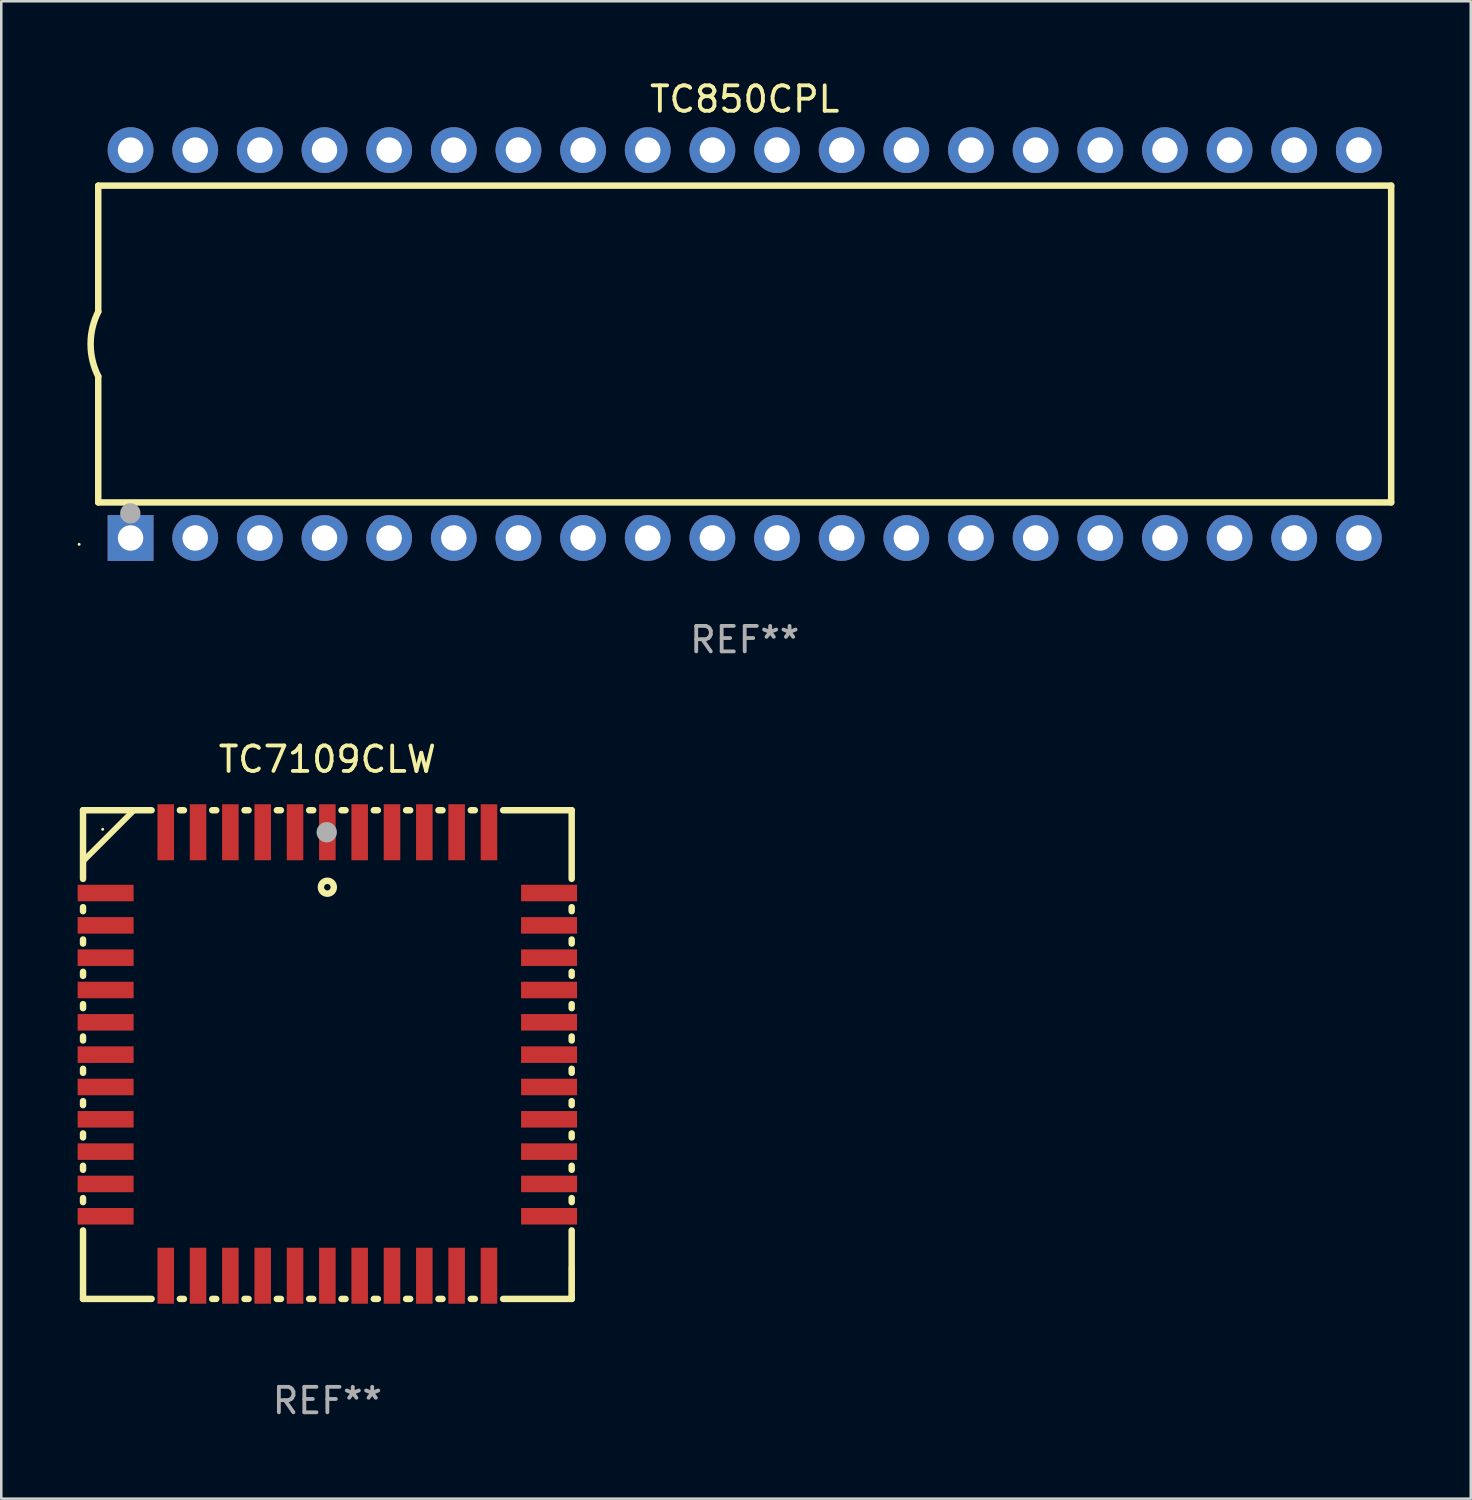
<source format=kicad_pcb>
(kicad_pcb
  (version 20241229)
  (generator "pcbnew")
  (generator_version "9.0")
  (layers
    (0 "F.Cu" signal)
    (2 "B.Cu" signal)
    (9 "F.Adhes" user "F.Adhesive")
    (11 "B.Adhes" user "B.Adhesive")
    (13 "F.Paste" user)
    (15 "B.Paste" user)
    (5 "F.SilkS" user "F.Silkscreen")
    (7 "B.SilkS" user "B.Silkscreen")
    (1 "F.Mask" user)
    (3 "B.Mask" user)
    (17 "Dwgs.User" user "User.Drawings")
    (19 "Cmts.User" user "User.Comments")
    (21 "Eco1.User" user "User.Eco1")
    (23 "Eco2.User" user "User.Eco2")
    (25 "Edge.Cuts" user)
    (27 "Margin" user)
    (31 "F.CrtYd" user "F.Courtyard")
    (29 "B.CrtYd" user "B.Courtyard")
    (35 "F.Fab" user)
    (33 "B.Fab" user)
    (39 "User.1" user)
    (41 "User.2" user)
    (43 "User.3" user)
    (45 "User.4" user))
  (footprint "TC850CPL"
    (layer "F.Cu")
    (at 26.21 10.468)
    (property "Reference" "TC850CPL" (at 0 -9.62 0) (layer "F.SilkS") (effects (font (size 1 1) (thickness 0.15))))
    (attr through_hole)
    (fp_line (start -25.4 -6.224) (end -25.4 -1.271) (stroke (width 0.254) (type solid)) (layer "F.SilkS"))
    (fp_line (start -25.4 -6.224) (end 25.4 -6.224) (stroke (width 0.254) (type solid)) (layer "F.SilkS"))
    (fp_line (start -25.4 1.269) (end -25.4 6.222) (stroke (width 0.254) (type solid)) (layer "F.SilkS"))
    (fp_line (start -25.4 6.222) (end 25.4 6.222) (stroke (width 0.254) (type solid)) (layer "F.SilkS"))
    (fp_line (start 25.4 6.222) (end 25.4 -6.224) (stroke (width 0.254) (type solid)) (layer "F.SilkS"))
    (fp_arc (start -25.4 1.269241) (mid -25.699807 -0.000762) (end -25.4 -1.270765) (stroke (width 0.254001) (type solid)) (layer "F.SilkS"))
    (fp_circle (center -26.15 7.87) (end -26.12 7.87) (stroke (width 0.06) (type solid)) (fill no) (layer "F.SilkS"))
    (fp_circle (center -24.14 6.65) (end -23.94 6.65) (stroke (width 0.4) (type solid)) (fill no) (layer "F.Fab"))
    (fp_text user "REF**" (at 0 11.62 0) (layer "F.Fab") (effects (font (size 1 1) (thickness 0.15))))
    (pad "1" thru_hole rect (at -24.13 7.62 90) (size 1.8 1.8) (drill 1) (layers "*.Cu" "*.Mask"))
    (pad "2" thru_hole circle (at -21.59 7.62) (size 1.8 1.8) (drill 1) (layers "*.Cu" "*.Mask"))
    (pad "3" thru_hole circle (at -19.05 7.62) (size 1.8 1.8) (drill 1) (layers "*.Cu" "*.Mask"))
    (pad "4" thru_hole circle (at -16.51 7.62) (size 1.8 1.8) (drill 1) (layers "*.Cu" "*.Mask"))
    (pad "5" thru_hole circle (at -13.97 7.62) (size 1.8 1.8) (drill 1) (layers "*.Cu" "*.Mask"))
    (pad "6" thru_hole circle (at -11.43 7.62) (size 1.8 1.8) (drill 1) (layers "*.Cu" "*.Mask"))
    (pad "7" thru_hole circle (at -8.89 7.62) (size 1.8 1.8) (drill 1) (layers "*.Cu" "*.Mask"))
    (pad "8" thru_hole circle (at -6.35 7.62) (size 1.8 1.8) (drill 1) (layers "*.Cu" "*.Mask"))
    (pad "9" thru_hole circle (at -3.81 7.62) (size 1.8 1.8) (drill 1) (layers "*.Cu" "*.Mask"))
    (pad "10" thru_hole circle (at -1.27 7.62) (size 1.8 1.8) (drill 1) (layers "*.Cu" "*.Mask"))
    (pad "11" thru_hole circle (at 1.27 7.62) (size 1.8 1.8) (drill 1) (layers "*.Cu" "*.Mask"))
    (pad "12" thru_hole circle (at 3.81 7.62) (size 1.8 1.8) (drill 1) (layers "*.Cu" "*.Mask"))
    (pad "13" thru_hole circle (at 6.35 7.62) (size 1.8 1.8) (drill 1) (layers "*.Cu" "*.Mask"))
    (pad "14" thru_hole circle (at 8.89 7.62) (size 1.8 1.8) (drill 1) (layers "*.Cu" "*.Mask"))
    (pad "15" thru_hole circle (at 11.43 7.62) (size 1.8 1.8) (drill 1) (layers "*.Cu" "*.Mask"))
    (pad "16" thru_hole circle (at 13.97 7.62) (size 1.8 1.8) (drill 1) (layers "*.Cu" "*.Mask"))
    (pad "17" thru_hole circle (at 16.51 7.62) (size 1.8 1.8) (drill 1) (layers "*.Cu" "*.Mask"))
    (pad "18" thru_hole circle (at 19.05 7.62) (size 1.8 1.8) (drill 1) (layers "*.Cu" "*.Mask"))
    (pad "19" thru_hole circle (at 21.59 7.62) (size 1.8 1.8) (drill 1) (layers "*.Cu" "*.Mask"))
    (pad "20" thru_hole circle (at 24.13 7.62) (size 1.8 1.8) (drill 1) (layers "*.Cu" "*.Mask"))
    (pad "21" thru_hole circle (at 24.13 -7.62) (size 1.8 1.8) (drill 1) (layers "*.Cu" "*.Mask"))
    (pad "22" thru_hole circle (at 21.59 -7.62) (size 1.8 1.8) (drill 1) (layers "*.Cu" "*.Mask"))
    (pad "23" thru_hole circle (at 19.05 -7.62) (size 1.8 1.8) (drill 1) (layers "*.Cu" "*.Mask"))
    (pad "24" thru_hole circle (at 16.51 -7.62) (size 1.8 1.8) (drill 1) (layers "*.Cu" "*.Mask"))
    (pad "25" thru_hole circle (at 13.97 -7.62) (size 1.8 1.8) (drill 1) (layers "*.Cu" "*.Mask"))
    (pad "26" thru_hole circle (at 11.43 -7.62) (size 1.8 1.8) (drill 1) (layers "*.Cu" "*.Mask"))
    (pad "27" thru_hole circle (at 8.89 -7.62) (size 1.8 1.8) (drill 1) (layers "*.Cu" "*.Mask"))
    (pad "28" thru_hole circle (at 6.35 -7.62) (size 1.8 1.8) (drill 1) (layers "*.Cu" "*.Mask"))
    (pad "29" thru_hole circle (at 3.81 -7.62) (size 1.8 1.8) (drill 1) (layers "*.Cu" "*.Mask"))
    (pad "30" thru_hole circle (at 1.27 -7.62) (size 1.8 1.8) (drill 1) (layers "*.Cu" "*.Mask"))
    (pad "31" thru_hole circle (at -1.27 -7.62) (size 1.8 1.8) (drill 1) (layers "*.Cu" "*.Mask"))
    (pad "32" thru_hole circle (at -3.81 -7.62) (size 1.8 1.8) (drill 1) (layers "*.Cu" "*.Mask"))
    (pad "33" thru_hole circle (at -6.35 -7.62) (size 1.8 1.8) (drill 1) (layers "*.Cu" "*.Mask"))
    (pad "34" thru_hole circle (at -8.89 -7.62) (size 1.8 1.8) (drill 1) (layers "*.Cu" "*.Mask"))
    (pad "35" thru_hole circle (at -11.43 -7.62) (size 1.8 1.8) (drill 1) (layers "*.Cu" "*.Mask"))
    (pad "36" thru_hole circle (at -13.97 -7.62) (size 1.8 1.8) (drill 1) (layers "*.Cu" "*.Mask"))
    (pad "37" thru_hole circle (at -16.51 -7.62) (size 1.8 1.8) (drill 1) (layers "*.Cu" "*.Mask"))
    (pad "38" thru_hole circle (at -19.05 -7.62) (size 1.8 1.8) (drill 1) (layers "*.Cu" "*.Mask"))
    (pad "39" thru_hole circle (at -21.59 -7.62) (size 1.8 1.8) (drill 1) (layers "*.Cu" "*.Mask"))
    (pad "40" thru_hole circle (at -24.13 -7.62) (size 1.8 1.8) (drill 1) (layers "*.Cu" "*.Mask")))
  (footprint "TC7109CLW"
    (layer "F.Cu")
    (at 9.812 38.385)
    (property "Reference" "TC7109CLW" (at 0 -11.6 0) (layer "F.SilkS") (effects (font (size 1 1) (thickness 0.15))))
    (attr through_hole)
    (fp_line (start -9.6 -9.6) (end -6.906 -9.6) (stroke (width 0.254) (type solid)) (layer "F.SilkS"))
    (fp_line (start -9.6 -6.904) (end -9.6 -9.6) (stroke (width 0.254) (type solid)) (layer "F.SilkS"))
    (fp_line (start -9.6 -5.634) (end -9.6 -5.791) (stroke (width 0.254) (type solid)) (layer "F.SilkS"))
    (fp_line (start -9.6 -4.364) (end -9.6 -4.521) (stroke (width 0.254) (type solid)) (layer "F.SilkS"))
    (fp_line (start -9.6 -3.094) (end -9.6 -3.251) (stroke (width 0.254) (type solid)) (layer "F.SilkS"))
    (fp_line (start -9.6 -1.824) (end -9.6 -1.981) (stroke (width 0.254) (type solid)) (layer "F.SilkS"))
    (fp_line (start -9.6 -0.554) (end -9.6 -0.711) (stroke (width 0.254) (type solid)) (layer "F.SilkS"))
    (fp_line (start -9.6 0.716) (end -9.6 0.559) (stroke (width 0.254) (type solid)) (layer "F.SilkS"))
    (fp_line (start -9.6 1.986) (end -9.6 1.829) (stroke (width 0.254) (type solid)) (layer "F.SilkS"))
    (fp_line (start -9.6 3.256) (end -9.6 3.099) (stroke (width 0.254) (type solid)) (layer "F.SilkS"))
    (fp_line (start -9.6 4.526) (end -9.6 4.369) (stroke (width 0.254) (type solid)) (layer "F.SilkS"))
    (fp_line (start -9.6 5.796) (end -9.6 5.639) (stroke (width 0.254) (type solid)) (layer "F.SilkS"))
    (fp_line (start -9.6 9.6) (end -9.6 6.909) (stroke (width 0.254) (type solid)) (layer "F.SilkS"))
    (fp_line (start -7.6 -9.6) (end -9.6 -7.6) (stroke (width 0.229) (type solid)) (layer "F.SilkS"))
    (fp_line (start -6.906 9.6) (end -9.6 9.6) (stroke (width 0.254) (type solid)) (layer "F.SilkS"))
    (fp_line (start -5.794 -9.6) (end -5.636 -9.6) (stroke (width 0.254) (type solid)) (layer "F.SilkS"))
    (fp_line (start -5.636 9.6) (end -5.794 9.6) (stroke (width 0.254) (type solid)) (layer "F.SilkS"))
    (fp_line (start -4.524 -9.6) (end -4.366 -9.6) (stroke (width 0.254) (type solid)) (layer "F.SilkS"))
    (fp_line (start -4.366 9.6) (end -4.524 9.6) (stroke (width 0.254) (type solid)) (layer "F.SilkS"))
    (fp_line (start -3.254 -9.6) (end -3.096 -9.6) (stroke (width 0.254) (type solid)) (layer "F.SilkS"))
    (fp_line (start -3.096 9.6) (end -3.254 9.6) (stroke (width 0.254) (type solid)) (layer "F.SilkS"))
    (fp_line (start -1.984 -9.6) (end -1.826 -9.6) (stroke (width 0.254) (type solid)) (layer "F.SilkS"))
    (fp_line (start -1.826 9.6) (end -1.984 9.6) (stroke (width 0.254) (type solid)) (layer "F.SilkS"))
    (fp_line (start -0.714 -9.6) (end -0.556 -9.6) (stroke (width 0.254) (type solid)) (layer "F.SilkS"))
    (fp_line (start -0.556 9.6) (end -0.714 9.6) (stroke (width 0.254) (type solid)) (layer "F.SilkS"))
    (fp_line (start 0.556 -9.6) (end 0.714 -9.6) (stroke (width 0.254) (type solid)) (layer "F.SilkS"))
    (fp_line (start 0.714 9.6) (end 0.556 9.6) (stroke (width 0.254) (type solid)) (layer "F.SilkS"))
    (fp_line (start 1.826 -9.6) (end 1.984 -9.6) (stroke (width 0.254) (type solid)) (layer "F.SilkS"))
    (fp_line (start 1.984 9.6) (end 1.826 9.6) (stroke (width 0.254) (type solid)) (layer "F.SilkS"))
    (fp_line (start 3.096 -9.6) (end 3.254 -9.6) (stroke (width 0.254) (type solid)) (layer "F.SilkS"))
    (fp_line (start 3.254 9.6) (end 3.096 9.6) (stroke (width 0.254) (type solid)) (layer "F.SilkS"))
    (fp_line (start 4.366 -9.6) (end 4.524 -9.6) (stroke (width 0.254) (type solid)) (layer "F.SilkS"))
    (fp_line (start 4.524 9.6) (end 4.366 9.6) (stroke (width 0.254) (type solid)) (layer "F.SilkS"))
    (fp_line (start 5.636 -9.6) (end 5.794 -9.6) (stroke (width 0.254) (type solid)) (layer "F.SilkS"))
    (fp_line (start 5.794 9.6) (end 5.636 9.6) (stroke (width 0.254) (type solid)) (layer "F.SilkS"))
    (fp_line (start 6.906 -9.6) (end 9.6 -9.6) (stroke (width 0.254) (type solid)) (layer "F.SilkS"))
    (fp_line (start 9.6 -6.904) (end 9.6 -9.6) (stroke (width 0.254) (type solid)) (layer "F.SilkS"))
    (fp_line (start 9.6 -5.634) (end 9.6 -5.791) (stroke (width 0.254) (type solid)) (layer "F.SilkS"))
    (fp_line (start 9.6 -4.364) (end 9.6 -4.521) (stroke (width 0.254) (type solid)) (layer "F.SilkS"))
    (fp_line (start 9.6 -3.094) (end 9.6 -3.251) (stroke (width 0.254) (type solid)) (layer "F.SilkS"))
    (fp_line (start 9.6 -1.824) (end 9.6 -1.981) (stroke (width 0.254) (type solid)) (layer "F.SilkS"))
    (fp_line (start 9.6 -0.554) (end 9.6 -0.711) (stroke (width 0.254) (type solid)) (layer "F.SilkS"))
    (fp_line (start 9.6 0.716) (end 9.6 0.559) (stroke (width 0.254) (type solid)) (layer "F.SilkS"))
    (fp_line (start 9.6 1.986) (end 9.6 1.829) (stroke (width 0.254) (type solid)) (layer "F.SilkS"))
    (fp_line (start 9.6 3.256) (end 9.6 3.099) (stroke (width 0.254) (type solid)) (layer "F.SilkS"))
    (fp_line (start 9.6 4.526) (end 9.6 4.369) (stroke (width 0.254) (type solid)) (layer "F.SilkS"))
    (fp_line (start 9.6 5.796) (end 9.6 5.639) (stroke (width 0.254) (type solid)) (layer "F.SilkS"))
    (fp_line (start 9.6 9.6) (end 6.906 9.6) (stroke (width 0.254) (type solid)) (layer "F.SilkS"))
    (fp_line (start 9.6 9.6) (end 9.6 6.909) (stroke (width 0.254) (type solid)) (layer "F.SilkS"))
    (fp_line (start 9.6 9.6) (end 9.6 8.352) (stroke (width 0.229) (type solid)) (layer "F.SilkS"))
    (fp_circle (center -8.828 -8.851) (end -8.798 -8.851) (stroke (width 0.06) (type solid)) (fill no) (layer "F.SilkS"))
    (fp_circle (center 0 -6.576) (end 0.254 -6.576) (stroke (width 0.254) (type solid)) (fill no) (layer "F.SilkS"))
    (fp_circle (center -0.025 -8.735) (end 0.175 -8.735) (stroke (width 0.4) (type solid)) (fill no) (layer "F.Fab"))
    (fp_text user "REF**" (at 0 13.6 0) (layer "F.Fab") (effects (font (size 1 1) (thickness 0.15))))
    (pad "1" smd rect (at 0 -8.735 180) (size 0.65 2.2) (layers "F.Cu" "F.Mask" "F.Paste"))
    (pad "2" smd rect (at -1.27 -8.735 180) (size 0.65 2.2) (layers "F.Cu" "F.Mask" "F.Paste"))
    (pad "3" smd rect (at -2.54 -8.735 180) (size 0.65 2.2) (layers "F.Cu" "F.Mask" "F.Paste"))
    (pad "4" smd rect (at -3.81 -8.735 180) (size 0.65 2.2) (layers "F.Cu" "F.Mask" "F.Paste"))
    (pad "5" smd rect (at -5.08 -8.735 180) (size 0.65 2.2) (layers "F.Cu" "F.Mask" "F.Paste"))
    (pad "6" smd rect (at -6.35 -8.735 180) (size 0.65 2.2) (layers "F.Cu" "F.Mask" "F.Paste"))
    (pad "7" smd rect (at -8.712 -6.347 180) (size 2.2 0.65) (layers "F.Cu" "F.Mask" "F.Paste"))
    (pad "8" smd rect (at -8.712 -5.077 180) (size 2.2 0.65) (layers "F.Cu" "F.Mask" "F.Paste"))
    (pad "9" smd rect (at -8.712 -3.807 180) (size 2.2 0.65) (layers "F.Cu" "F.Mask" "F.Paste"))
    (pad "10" smd rect (at -8.712 -2.537 180) (size 2.2 0.65) (layers "F.Cu" "F.Mask" "F.Paste"))
    (pad "11" smd rect (at -8.712 -1.267 180) (size 2.2 0.65) (layers "F.Cu" "F.Mask" "F.Paste"))
    (pad "12" smd rect (at -8.712 0.003 180) (size 2.2 0.65) (layers "F.Cu" "F.Mask" "F.Paste"))
    (pad "13" smd rect (at -8.712 1.273 180) (size 2.2 0.65) (layers "F.Cu" "F.Mask" "F.Paste"))
    (pad "14" smd rect (at -8.712 2.543 180) (size 2.2 0.65) (layers "F.Cu" "F.Mask" "F.Paste"))
    (pad "15" smd rect (at -8.712 3.813 180) (size 2.2 0.65) (layers "F.Cu" "F.Mask" "F.Paste"))
    (pad "16" smd rect (at -8.712 5.083 180) (size 2.2 0.65) (layers "F.Cu" "F.Mask" "F.Paste"))
    (pad "17" smd rect (at -8.712 6.353 180) (size 2.2 0.65) (layers "F.Cu" "F.Mask" "F.Paste"))
    (pad "18" smd rect (at -6.35 8.689 180) (size 0.65 2.2) (layers "F.Cu" "F.Mask" "F.Paste"))
    (pad "19" smd rect (at -5.08 8.689 180) (size 0.65 2.2) (layers "F.Cu" "F.Mask" "F.Paste"))
    (pad "20" smd rect (at -3.81 8.689 180) (size 0.65 2.2) (layers "F.Cu" "F.Mask" "F.Paste"))
    (pad "21" smd rect (at -2.54 8.689 180) (size 0.65 2.2) (layers "F.Cu" "F.Mask" "F.Paste"))
    (pad "22" smd rect (at -1.27 8.689 180) (size 0.65 2.2) (layers "F.Cu" "F.Mask" "F.Paste"))
    (pad "23" smd rect (at 0 8.689 180) (size 0.65 2.2) (layers "F.Cu" "F.Mask" "F.Paste"))
    (pad "24" smd rect (at 1.27 8.689 180) (size 0.65 2.2) (layers "F.Cu" "F.Mask" "F.Paste"))
    (pad "25" smd rect (at 2.54 8.689 180) (size 0.65 2.2) (layers "F.Cu" "F.Mask" "F.Paste"))
    (pad "26" smd rect (at 3.81 8.689 180) (size 0.65 2.2) (layers "F.Cu" "F.Mask" "F.Paste"))
    (pad "27" smd rect (at 5.08 8.689 180) (size 0.65 2.2) (layers "F.Cu" "F.Mask" "F.Paste"))
    (pad "28" smd rect (at 6.35 8.689 180) (size 0.65 2.2) (layers "F.Cu" "F.Mask" "F.Paste"))
    (pad "29" smd rect (at 8.712 6.353 180) (size 2.2 0.65) (layers "F.Cu" "F.Mask" "F.Paste"))
    (pad "30" smd rect (at 8.712 5.083 180) (size 2.2 0.65) (layers "F.Cu" "F.Mask" "F.Paste"))
    (pad "31" smd rect (at 8.712 3.813 180) (size 2.2 0.65) (layers "F.Cu" "F.Mask" "F.Paste"))
    (pad "32" smd rect (at 8.712 2.543 180) (size 2.2 0.65) (layers "F.Cu" "F.Mask" "F.Paste"))
    (pad "33" smd rect (at 8.712 1.273 180) (size 2.2 0.65) (layers "F.Cu" "F.Mask" "F.Paste"))
    (pad "34" smd rect (at 8.712 0.003 180) (size 2.2 0.65) (layers "F.Cu" "F.Mask" "F.Paste"))
    (pad "35" smd rect (at 8.712 -1.267 180) (size 2.2 0.65) (layers "F.Cu" "F.Mask" "F.Paste"))
    (pad "36" smd rect (at 8.712 -2.537 180) (size 2.2 0.65) (layers "F.Cu" "F.Mask" "F.Paste"))
    (pad "37" smd rect (at 8.712 -3.807 180) (size 2.2 0.65) (layers "F.Cu" "F.Mask" "F.Paste"))
    (pad "38" smd rect (at 8.712 -5.077 180) (size 2.2 0.65) (layers "F.Cu" "F.Mask" "F.Paste"))
    (pad "39" smd rect (at 8.712 -6.347 180) (size 2.2 0.65) (layers "F.Cu" "F.Mask" "F.Paste"))
    (pad "40" smd rect (at 6.35 -8.735 180) (size 0.65 2.2) (layers "F.Cu" "F.Mask" "F.Paste"))
    (pad "41" smd rect (at 5.08 -8.735 180) (size 0.65 2.2) (layers "F.Cu" "F.Mask" "F.Paste"))
    (pad "42" smd rect (at 3.81 -8.735 180) (size 0.65 2.2) (layers "F.Cu" "F.Mask" "F.Paste"))
    (pad "43" smd rect (at 2.54 -8.735 180) (size 0.65 2.2) (layers "F.Cu" "F.Mask" "F.Paste"))
    (pad "44" smd rect (at 1.27 -8.735 180) (size 0.65 2.2) (layers "F.Cu" "F.Mask" "F.Paste")))
  (gr_rect
    (start -3 -3)
    (end 54.737 55.833)
    (stroke (width 0.1) (type default))
    (fill no)
    (layer "Edge.Cuts")))
</source>
